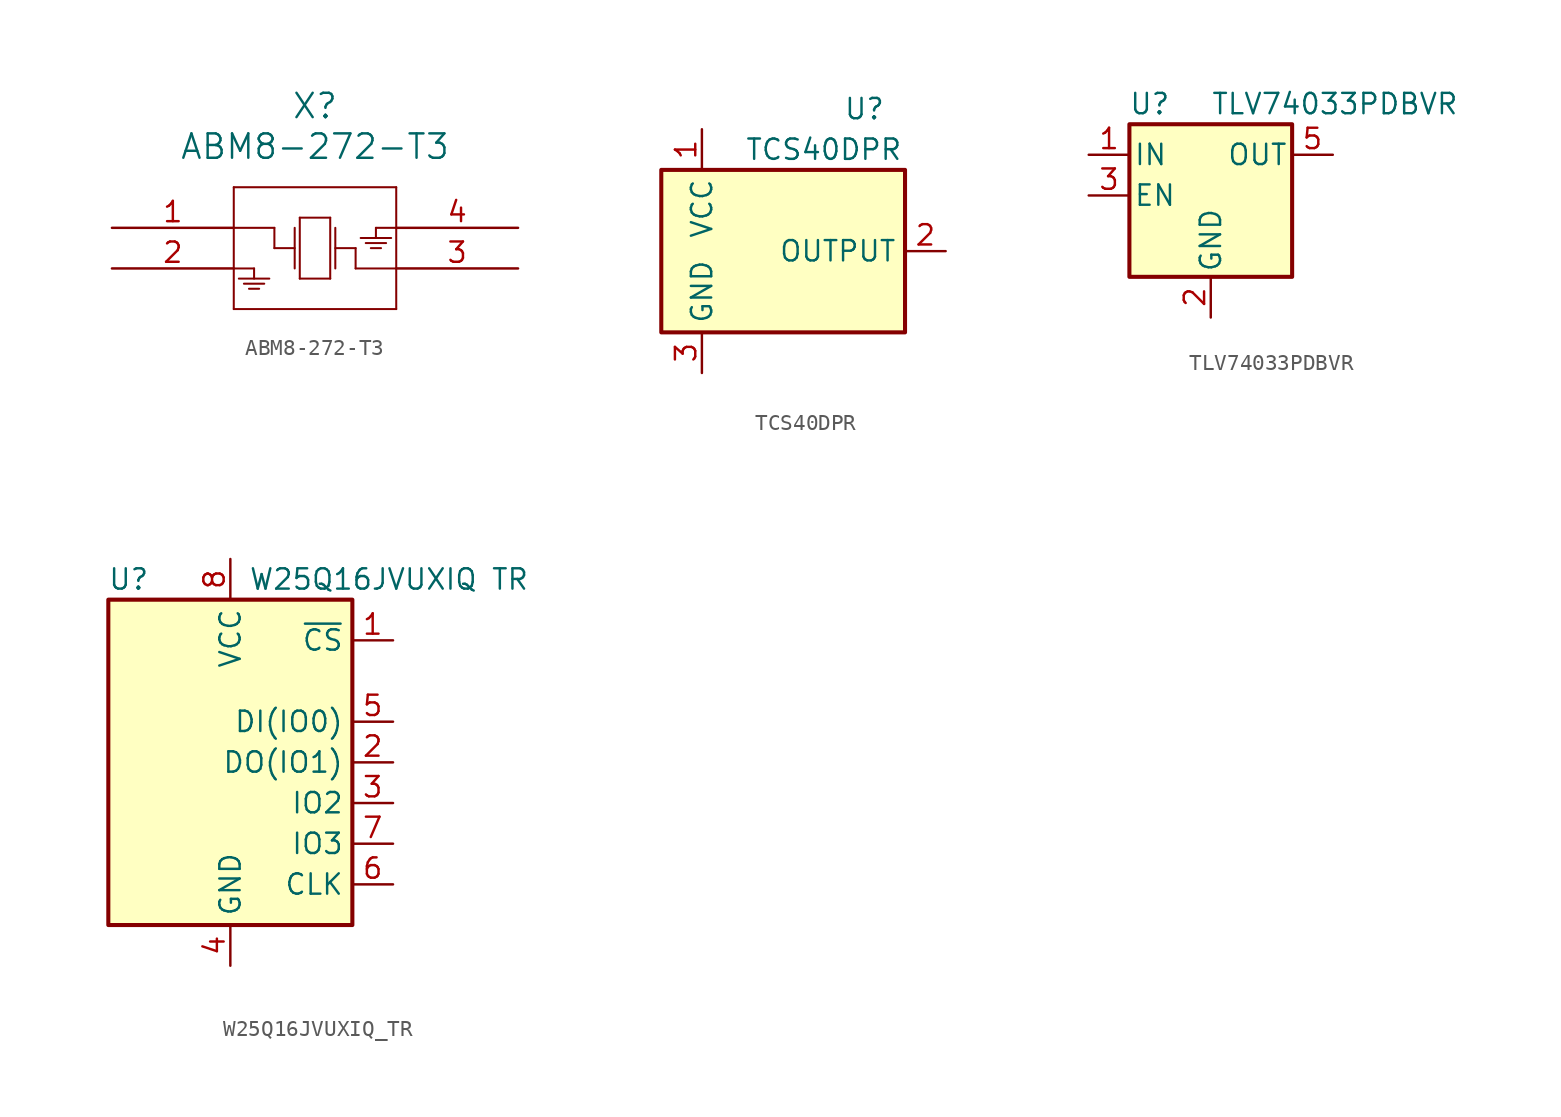
<source format=kicad_sym>
(kicad_symbol_lib
  (version 20231120)
  (generator "kicad_symbol_editor")
  (generator_version "8.0")
  (symbol "ABM8-272-T3"
    (pin_names
      (offset 0.254))
    (property "Reference" "X"
      (at 12.7 7.62 0)
      (effects (font (size 1.524 1.524))))
    (property "Value" "ABM8-272-T3"
      (at 12.7 5.08 0)
      (effects (font (size 1.524 1.524))))
    (property "ki_locked" ""
      (at 0 0 0)
      (effects (font (size 1.27 1.27))))
    (symbol "ABM8-272-T3_0_1"
      (polyline (pts (xy 7.62 -5.08) (xy 17.78 -5.08)) (stroke (width 0.127) (type default)) (fill (type none)))
      (polyline (pts (xy 7.62 -2.54) (xy 8.89 -2.54)) (stroke (width 0.127) (type default)) (fill (type none)))
      (polyline (pts (xy 7.62 2.54) (xy 7.62 -5.08)) (stroke (width 0.127) (type default)) (fill (type none)))
      (polyline (pts (xy 7.938 -3.175) (xy 9.842 -3.175)) (stroke (width 0.127) (type default)) (fill (type none)))
      (polyline (pts (xy 8.255 -3.493) (xy 9.525 -3.493)) (stroke (width 0.127) (type default)) (fill (type none)))
      (polyline (pts (xy 8.572 -3.81) (xy 9.207 -3.81)) (stroke (width 0.127) (type default)) (fill (type none)))
      (polyline (pts (xy 8.89 -2.54) (xy 8.89 -3.175)) (stroke (width 0.127) (type default)) (fill (type none)))
      (polyline (pts (xy 10.16 -1.27) (xy 10.16 0)) (stroke (width 0.127) (type default)) (fill (type none)))
      (polyline (pts (xy 10.16 0) (xy 7.62 0)) (stroke (width 0.127) (type default)) (fill (type none)))
      (polyline (pts (xy 11.43 -1.27) (xy 10.16 -1.27)) (stroke (width 0.127) (type default)) (fill (type none)))
      (polyline (pts (xy 11.43 0) (xy 11.43 -2.54)) (stroke (width 0.127) (type default)) (fill (type none)))
      (polyline (pts (xy 11.748 -3.175) (xy 13.652 -3.175)) (stroke (width 0.127) (type default)) (fill (type none)))
      (polyline (pts (xy 11.748 0.635) (xy 11.748 -3.175)) (stroke (width 0.127) (type default)) (fill (type none)))
      (polyline (pts (xy 13.652 -3.175) (xy 13.652 0.635)) (stroke (width 0.127) (type default)) (fill (type none)))
      (polyline (pts (xy 13.652 0.635) (xy 11.748 0.635)) (stroke (width 0.127) (type default)) (fill (type none)))
      (polyline (pts (xy 13.97 -1.27) (xy 15.24 -1.27)) (stroke (width 0.127) (type default)) (fill (type none)))
      (polyline (pts (xy 13.97 0) (xy 13.97 -2.54)) (stroke (width 0.127) (type default)) (fill (type none)))
      (polyline (pts (xy 15.24 -2.54) (xy 17.78 -2.54)) (stroke (width 0.127) (type default)) (fill (type none)))
      (polyline (pts (xy 15.24 -1.27) (xy 15.24 -2.54)) (stroke (width 0.127) (type default)) (fill (type none)))
      (polyline (pts (xy 16.51 0) (xy 16.51 -0.635)) (stroke (width 0.127) (type default)) (fill (type none)))
      (polyline (pts (xy 16.828 -1.27) (xy 16.192 -1.27)) (stroke (width 0.127) (type default)) (fill (type none)))
      (polyline (pts (xy 17.145 -0.953) (xy 15.875 -0.953)) (stroke (width 0.127) (type default)) (fill (type none)))
      (polyline (pts (xy 17.462 -0.635) (xy 15.557 -0.635)) (stroke (width 0.127) (type default)) (fill (type none)))
      (polyline (pts (xy 17.78 -5.08) (xy 17.78 2.54)) (stroke (width 0.127) (type default)) (fill (type none)))
      (polyline (pts (xy 17.78 0) (xy 16.51 0)) (stroke (width 0.127) (type default)) (fill (type none)))
      (polyline (pts (xy 17.78 2.54) (xy 7.62 2.54)) (stroke (width 0.127) (type default)) (fill (type none))))
    (symbol "ABM8-272-T3_1_1"
      (pin unspecified line (at 0 0 0) (length 7.62) (name "" (effects (font (size 1.27 1.27)))) (number "1" (effects (font (size 1.27 1.27)))))
      (pin unspecified line (at 0 -2.54 0) (length 7.62) (name "" (effects (font (size 1.27 1.27)))) (number "2" (effects (font (size 1.27 1.27)))))
      (pin unspecified line (at 25.4 -2.54 180) (length 7.62) (name "" (effects (font (size 1.27 1.27)))) (number "3" (effects (font (size 1.27 1.27)))))
      (pin unspecified line (at 25.4 0 180) (length 7.62) (name "" (effects (font (size 1.27 1.27)))) (number "4" (effects (font (size 1.27 1.27)))))))
  (symbol "TCS40DPR"
    (property "Reference" "U"
      (at 5.08 8.89 0)
      (effects (font (size 1.27 1.27))))
    (property "Value" "TCS40DPR"
      (at 2.54 6.35 0)
      (effects (font (size 1.27 1.27))))
    (symbol "TCS40DPR_0_1"
      (rectangle (start -7.62 5.08) (end 7.62 -5.08) (stroke (width 0.254) (type default)) (fill (type background))))
    (symbol "TCS40DPR_1_1"
      (pin power_in line (at -5.08 7.62 270) (length 2.54) (name "VCC" (effects (font (size 1.27 1.27)))) (number "1" (effects (font (size 1.27 1.27)))))
      (pin output line (at 10.16 0 180) (length 2.54) (name "OUTPUT" (effects (font (size 1.27 1.27)))) (number "2" (effects (font (size 1.27 1.27)))))
      (pin power_in line (at -5.08 -7.62 90) (length 2.54) (name "GND" (effects (font (size 1.27 1.27)))) (number "3" (effects (font (size 1.27 1.27)))))))
  (symbol "TLV74033PDBVR"
    (pin_names
      (offset 0.254))
    (property "Reference" "U"
      (at -3.81 5.715 0)
      (effects (font (size 1.27 1.27))))
    (property "Value" "TLV74033PDBVR"
      (at 0 5.715 0)
      (effects (font (size 1.27 1.27)) (justify left)))
    (symbol "TLV74033PDBVR_0_1"
      (rectangle (start -5.08 4.445) (end 5.08 -5.08) (stroke (width 0.254) (type default)) (fill (type background))))
    (symbol "TLV74033PDBVR_1_1"
      (pin power_in line (at -7.62 2.54 0) (length 2.54) (name "IN" (effects (font (size 1.27 1.27)))) (number "1" (effects (font (size 1.27 1.27)))))
      (pin power_in line (at 0 -7.62 90) (length 2.54) (name "GND" (effects (font (size 1.27 1.27)))) (number "2" (effects (font (size 1.27 1.27)))))
      (pin input line (at -7.62 0 0) (length 2.54) (name "EN" (effects (font (size 1.27 1.27)))) (number "3" (effects (font (size 1.27 1.27)))))
      (pin no_connect line (at 7.62 0 180) (length 2.54) hide (name "NC" (effects (font (size 1.27 1.27)))) (number "4" (effects (font (size 1.27 1.27)))))
      (pin power_out line (at 7.62 2.54 180) (length 2.54) (name "OUT" (effects (font (size 1.27 1.27)))) (number "5" (effects (font (size 1.27 1.27)))))))
  (symbol "W25Q16JVUXIQ_TR"
    (property "Reference" "U"
      (at -6.35 11.43 0)
      (effects (font (size 1.27 1.27))))
    (property "Value" "W25Q16JVUXIQ TR"
      (at 9.906 11.43 0)
      (effects (font (size 1.27 1.27))))
    (symbol "W25Q16JVUXIQ_TR_0_1"
      (rectangle (start -7.62 10.16) (end 7.62 -10.16) (stroke (width 0.254) (type default)) (fill (type background))))
    (symbol "W25Q16JVUXIQ_TR_1_1"
      (pin input line (at 10.16 7.62 180) (length 2.54) (name "~{CS}" (effects (font (size 1.27 1.27)))) (number "1" (effects (font (size 1.27 1.27)))))
      (pin bidirectional line (at 10.16 0 180) (length 2.54) (name "DO(IO1)" (effects (font (size 1.27 1.27)))) (number "2" (effects (font (size 1.27 1.27)))))
      (pin bidirectional line (at 10.16 -2.54 180) (length 2.54) (name "IO2" (effects (font (size 1.27 1.27)))) (number "3" (effects (font (size 1.27 1.27)))))
      (pin power_in line (at 0 -12.7 90) (length 2.54) (name "GND" (effects (font (size 1.27 1.27)))) (number "4" (effects (font (size 1.27 1.27)))))
      (pin bidirectional line (at 10.16 2.54 180) (length 2.54) (name "DI(IO0)" (effects (font (size 1.27 1.27)))) (number "5" (effects (font (size 1.27 1.27)))))
      (pin input line (at 10.16 -7.62 180) (length 2.54) (name "CLK" (effects (font (size 1.27 1.27)))) (number "6" (effects (font (size 1.27 1.27)))))
      (pin bidirectional line (at 10.16 -5.08 180) (length 2.54) (name "IO3" (effects (font (size 1.27 1.27)))) (number "7" (effects (font (size 1.27 1.27)))))
      (pin power_in line (at 0 12.7 270) (length 2.54) (name "VCC" (effects (font (size 1.27 1.27)))) (number "8" (effects (font (size 1.27 1.27))))))))
</source>
